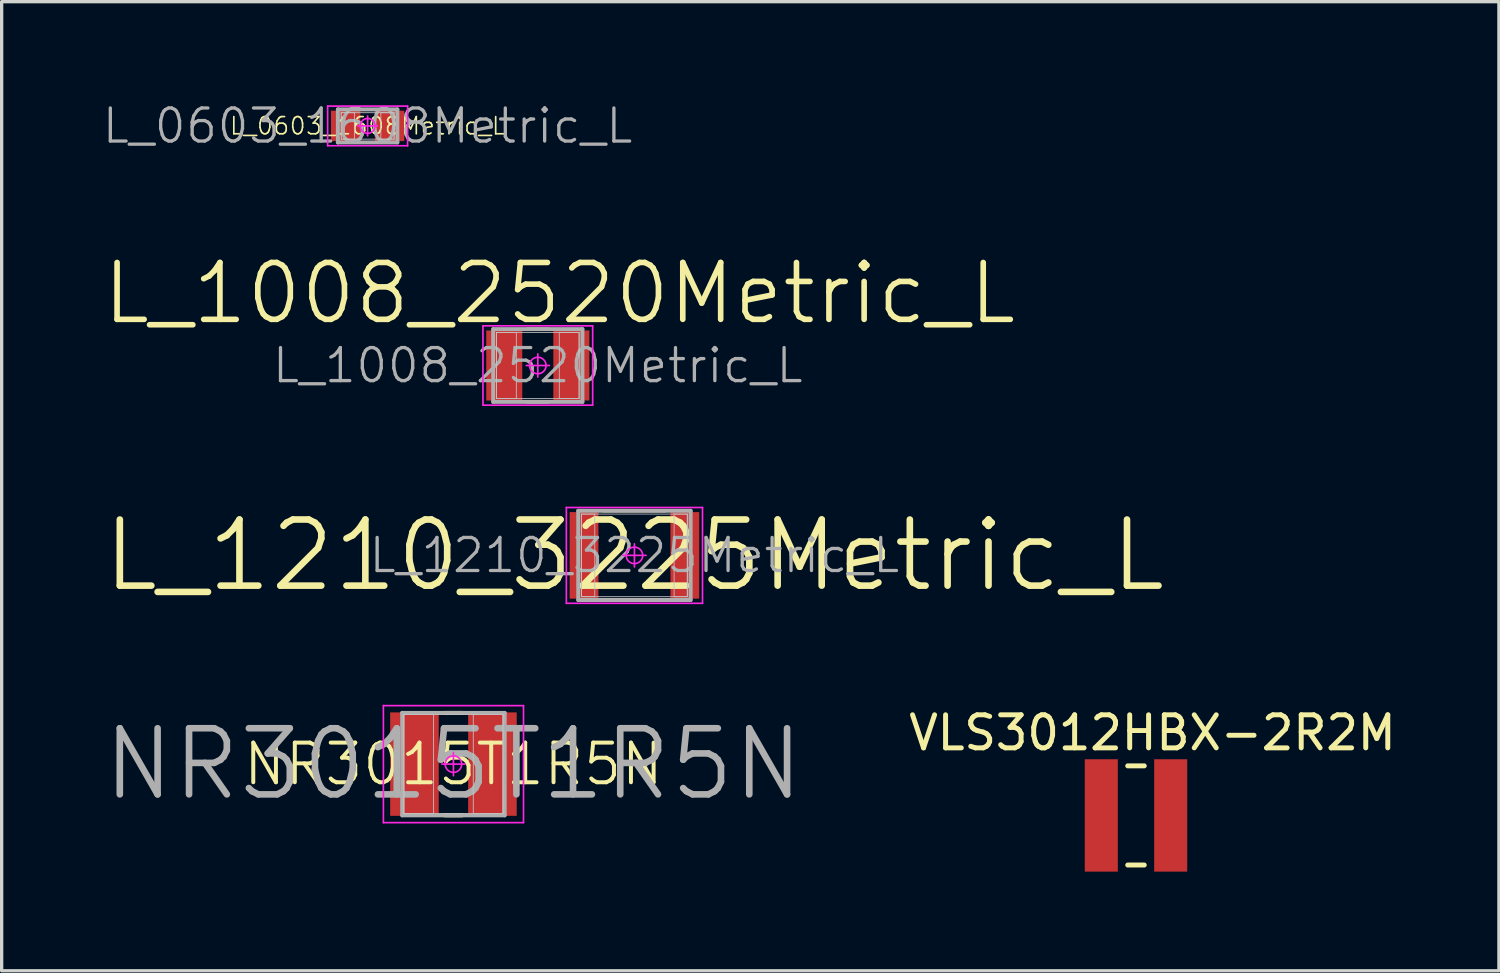
<source format=kicad_pcb>
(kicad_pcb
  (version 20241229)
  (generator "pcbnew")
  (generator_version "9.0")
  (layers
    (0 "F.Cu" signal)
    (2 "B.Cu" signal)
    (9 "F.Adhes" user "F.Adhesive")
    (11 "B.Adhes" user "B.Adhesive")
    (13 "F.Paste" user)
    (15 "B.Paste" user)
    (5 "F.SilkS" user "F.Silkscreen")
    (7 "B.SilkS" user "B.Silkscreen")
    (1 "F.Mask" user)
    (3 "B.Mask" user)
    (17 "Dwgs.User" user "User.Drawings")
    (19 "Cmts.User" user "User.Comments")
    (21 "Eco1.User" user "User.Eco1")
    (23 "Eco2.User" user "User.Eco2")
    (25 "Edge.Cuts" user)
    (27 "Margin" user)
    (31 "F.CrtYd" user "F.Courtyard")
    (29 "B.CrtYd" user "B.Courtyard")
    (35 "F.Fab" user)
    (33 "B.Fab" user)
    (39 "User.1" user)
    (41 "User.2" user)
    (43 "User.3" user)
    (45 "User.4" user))
  (footprint "L_0603_1608Metric_L"
    (layer "F.Cu")
    (at 8.074 0.76)
    (property "Reference" "L_0603_1608Metric_L" (at 0 0 0) (layer "F.Fab") (effects (font (size 1 1) (thickness 0.1))))
    (attr smd)
    (fp_line (start -0.8 -0.4) (end -0.4 -0.4) (stroke (width 0.025) (type solid)) (layer "Dwgs.User"))
    (fp_line (start -0.8 -0.4) (end 0.8 -0.4) (stroke (width 0.025) (type solid)) (layer "Dwgs.User"))
    (fp_line (start -0.8 0.4) (end -0.8 -0.4) (stroke (width 0.025) (type solid)) (layer "Dwgs.User"))
    (fp_line (start -0.8 0.4) (end -0.8 -0.4) (stroke (width 0.025) (type solid)) (layer "Dwgs.User"))
    (fp_line (start -0.4 -0.4) (end -0.4 0.4) (stroke (width 0.025) (type solid)) (layer "Dwgs.User"))
    (fp_line (start -0.4 0.4) (end -0.8 0.4) (stroke (width 0.025) (type solid)) (layer "Dwgs.User"))
    (fp_line (start 0.4 -0.4) (end 0.8 -0.4) (stroke (width 0.025) (type solid)) (layer "Dwgs.User"))
    (fp_line (start 0.4 0.4) (end 0.4 -0.4) (stroke (width 0.025) (type solid)) (layer "Dwgs.User"))
    (fp_line (start 0.8 -0.4) (end 0.8 0.4) (stroke (width 0.025) (type solid)) (layer "Dwgs.User"))
    (fp_line (start 0.8 -0.4) (end 0.8 0.4) (stroke (width 0.025) (type solid)) (layer "Dwgs.User"))
    (fp_line (start 0.8 0.4) (end -0.8 0.4) (stroke (width 0.025) (type solid)) (layer "Dwgs.User"))
    (fp_line (start 0.8 0.4) (end 0.4 0.4) (stroke (width 0.025) (type solid)) (layer "Dwgs.User"))
    (fp_line (start -1.21 -0.6) (end 1.21 -0.6) (stroke (width 0.05) (type solid)) (layer "F.CrtYd"))
    (fp_line (start -1.21 0.6) (end -1.21 -0.6) (stroke (width 0.05) (type solid)) (layer "F.CrtYd"))
    (fp_line (start 0 -0.3) (end 0 0.3) (stroke (width 0.05) (type solid)) (layer "F.CrtYd"))
    (fp_line (start 0.3 0) (end -0.3 0) (stroke (width 0.05) (type solid)) (layer "F.CrtYd"))
    (fp_line (start 1.21 -0.6) (end 1.21 0.6) (stroke (width 0.05) (type solid)) (layer "F.CrtYd"))
    (fp_line (start 1.21 0.6) (end -1.21 0.6) (stroke (width 0.05) (type solid)) (layer "F.CrtYd"))
    (fp_circle (center 0 0) (end 0 0.225) (stroke (width 0.05) (type solid)) (fill no) (layer "F.CrtYd"))
    (fp_line (start -0.9 -0.5) (end 0.9 -0.5) (stroke (width 0.12) (type solid)) (layer "F.Fab"))
    (fp_line (start -0.9 0.5) (end -0.9 -0.5) (stroke (width 0.12) (type solid)) (layer "F.Fab"))
    (fp_line (start 0.9 -0.5) (end 0.9 0.5) (stroke (width 0.12) (type solid)) (layer "F.Fab"))
    (fp_line (start 0.9 0.5) (end -0.9 0.5) (stroke (width 0.12) (type solid)) (layer "F.Fab"))
    (fp_text user "${REFERENCE}" (at 0 0 0) (layer "F.SilkS") (effects (font (size 0.52 0.52) (thickness 0.05))))
    (pad "1" smd rect (at -0.665 0) (size 0.89 0.92) (layers "F.Cu" "F.Mask" "F.Paste"))
    (pad "2" smd rect (at 0.665 0) (size 0.89 0.92) (layers "F.Cu" "F.Mask" "F.Paste")))
  (footprint "L_1008_2520Metric_L"
    (layer "F.Cu")
    (at 13.224 8.01)
    (property "Reference" "L_1008_2520Metric_L" (at 0 0 0) (layer "F.Fab") (effects (font (size 1 1) (thickness 0.1))))
    (attr smd)
    (fp_line (start -0.32 -1.1) (end 0.32 -1.1) (stroke (width 0.1) (type solid)) (layer "F.SilkS"))
    (fp_line (start -0.32 1.1) (end 0.32 1.1) (stroke (width 0.1) (type solid)) (layer "F.SilkS"))
    (fp_line (start -1.25 -1) (end -0.65 -1) (stroke (width 0.025) (type solid)) (layer "Dwgs.User"))
    (fp_line (start -1.25 -1) (end 1.25 -1) (stroke (width 0.025) (type solid)) (layer "Dwgs.User"))
    (fp_line (start -1.25 1) (end -1.25 -1) (stroke (width 0.025) (type solid)) (layer "Dwgs.User"))
    (fp_line (start -1.25 1) (end -1.25 -1) (stroke (width 0.025) (type solid)) (layer "Dwgs.User"))
    (fp_line (start -0.65 -1) (end -0.65 1) (stroke (width 0.025) (type solid)) (layer "Dwgs.User"))
    (fp_line (start -0.65 1) (end -1.25 1) (stroke (width 0.025) (type solid)) (layer "Dwgs.User"))
    (fp_line (start 0.65 -1) (end 1.25 -1) (stroke (width 0.025) (type solid)) (layer "Dwgs.User"))
    (fp_line (start 0.65 1) (end 0.65 -1) (stroke (width 0.025) (type solid)) (layer "Dwgs.User"))
    (fp_line (start 1.25 -1) (end 1.25 1) (stroke (width 0.025) (type solid)) (layer "Dwgs.User"))
    (fp_line (start 1.25 -1) (end 1.25 1) (stroke (width 0.025) (type solid)) (layer "Dwgs.User"))
    (fp_line (start 1.25 1) (end -1.25 1) (stroke (width 0.025) (type solid)) (layer "Dwgs.User"))
    (fp_line (start 1.25 1) (end 0.65 1) (stroke (width 0.025) (type solid)) (layer "Dwgs.User"))
    (fp_line (start -1.66 -1.2) (end 1.66 -1.2) (stroke (width 0.05) (type solid)) (layer "F.CrtYd"))
    (fp_line (start -1.66 1.2) (end -1.66 -1.2) (stroke (width 0.05) (type solid)) (layer "F.CrtYd"))
    (fp_line (start 0 -0.35) (end 0 0.35) (stroke (width 0.05) (type solid)) (layer "F.CrtYd"))
    (fp_line (start 0.35 0) (end -0.35 0) (stroke (width 0.05) (type solid)) (layer "F.CrtYd"))
    (fp_line (start 1.66 -1.2) (end 1.66 1.2) (stroke (width 0.05) (type solid)) (layer "F.CrtYd"))
    (fp_line (start 1.66 1.2) (end -1.66 1.2) (stroke (width 0.05) (type solid)) (layer "F.CrtYd"))
    (fp_circle (center 0 0) (end 0 0.25) (stroke (width 0.05) (type solid)) (fill no) (layer "F.CrtYd"))
    (fp_line (start -1.35 -1.1) (end 1.35 -1.1) (stroke (width 0.12) (type solid)) (layer "F.Fab"))
    (fp_line (start -1.35 1.1) (end -1.35 -1.1) (stroke (width 0.12) (type solid)) (layer "F.Fab"))
    (fp_line (start 1.35 -1.1) (end 1.35 1.1) (stroke (width 0.12) (type solid)) (layer "F.Fab"))
    (fp_line (start 1.35 1.1) (end -1.35 1.1) (stroke (width 0.12) (type solid)) (layer "F.Fab"))
    (fp_text user "${REFERENCE}" (at 0.66 -2.184 0) (layer "F.SilkS") (effects (font (size 1.72 1.72) (thickness 0.17))))
    (pad "1" smd rect (at -1.015 0) (size 1.09 2.12) (layers "F.Cu" "F.Mask" "F.Paste"))
    (pad "2" smd rect (at 1.015 0) (size 1.09 2.12) (layers "F.Cu" "F.Mask" "F.Paste")))
  (footprint "L_1210_3225Metric_L"
    (layer "F.Cu")
    (at 16.148 13.756)
    (property "Reference" "L_1210_3225Metric_L" (at 0 0 0) (layer "F.Fab") (effects (font (size 1 1) (thickness 0.1))))
    (attr smd)
    (fp_line (start -0.94 -1.35) (end 0.94 -1.35) (stroke (width 0.1) (type solid)) (layer "F.SilkS"))
    (fp_line (start -0.94 1.35) (end 0.94 1.35) (stroke (width 0.1) (type solid)) (layer "F.SilkS"))
    (fp_line (start -1.6 -1.25) (end -1.2 -1.25) (stroke (width 0.025) (type solid)) (layer "Dwgs.User"))
    (fp_line (start -1.6 -1.25) (end 1.6 -1.25) (stroke (width 0.025) (type solid)) (layer "Dwgs.User"))
    (fp_line (start -1.6 1.25) (end -1.6 -1.25) (stroke (width 0.025) (type solid)) (layer "Dwgs.User"))
    (fp_line (start -1.6 1.25) (end -1.6 -1.25) (stroke (width 0.025) (type solid)) (layer "Dwgs.User"))
    (fp_line (start -1.2 -1.25) (end -1.2 1.25) (stroke (width 0.025) (type solid)) (layer "Dwgs.User"))
    (fp_line (start -1.2 1.25) (end -1.6 1.25) (stroke (width 0.025) (type solid)) (layer "Dwgs.User"))
    (fp_line (start 1.2 -1.25) (end 1.6 -1.25) (stroke (width 0.025) (type solid)) (layer "Dwgs.User"))
    (fp_line (start 1.2 1.25) (end 1.2 -1.25) (stroke (width 0.025) (type solid)) (layer "Dwgs.User"))
    (fp_line (start 1.6 -1.25) (end 1.6 1.25) (stroke (width 0.025) (type solid)) (layer "Dwgs.User"))
    (fp_line (start 1.6 -1.25) (end 1.6 1.25) (stroke (width 0.025) (type solid)) (layer "Dwgs.User"))
    (fp_line (start 1.6 1.25) (end -1.6 1.25) (stroke (width 0.025) (type solid)) (layer "Dwgs.User"))
    (fp_line (start 1.6 1.25) (end 1.2 1.25) (stroke (width 0.025) (type solid)) (layer "Dwgs.User"))
    (fp_line (start -2.06 -1.45) (end 2.06 -1.45) (stroke (width 0.05) (type solid)) (layer "F.CrtYd"))
    (fp_line (start -2.06 1.45) (end -2.06 -1.45) (stroke (width 0.05) (type solid)) (layer "F.CrtYd"))
    (fp_line (start 0 -0.35) (end 0 0.35) (stroke (width 0.05) (type solid)) (layer "F.CrtYd"))
    (fp_line (start 0.35 0) (end -0.35 0) (stroke (width 0.05) (type solid)) (layer "F.CrtYd"))
    (fp_line (start 2.06 -1.45) (end 2.06 1.45) (stroke (width 0.05) (type solid)) (layer "F.CrtYd"))
    (fp_line (start 2.06 1.45) (end -2.06 1.45) (stroke (width 0.05) (type solid)) (layer "F.CrtYd"))
    (fp_circle (center 0 0) (end 0 0.25) (stroke (width 0.05) (type solid)) (fill no) (layer "F.CrtYd"))
    (fp_line (start -1.7 -1.35) (end 1.7 -1.35) (stroke (width 0.12) (type solid)) (layer "F.Fab"))
    (fp_line (start -1.7 1.35) (end -1.7 -1.35) (stroke (width 0.12) (type solid)) (layer "F.Fab"))
    (fp_line (start 1.7 -1.35) (end 1.7 1.35) (stroke (width 0.12) (type solid)) (layer "F.Fab"))
    (fp_line (start 1.7 1.35) (end -1.7 1.35) (stroke (width 0.12) (type solid)) (layer "F.Fab"))
    (fp_text user "${REFERENCE}" (at 0 0 0) (layer "F.SilkS") (effects (font (size 2 2) (thickness 0.2))))
    (pad "1" smd rect (at -1.525 0) (size 0.87 2.62) (layers "F.Cu" "F.Mask" "F.Paste"))
    (pad "2" smd rect (at 1.525 0) (size 0.87 2.62) (layers "F.Cu" "F.Mask" "F.Paste")))
  (footprint "NR3015T1R5N"
    (layer "F.Cu")
    (at 10.671 20.072)
    (property "Reference" "NR3015T1R5N" (at 0 0 0) (layer "F.SilkS") (effects (font (size 1.2 1.2) (thickness 0.12))))
    (attr smd)
    (fp_line (start -0.265 -1.55) (end 0.265 -1.55) (stroke (width 0.12) (type solid)) (layer "F.SilkS"))
    (fp_line (start -0.265 1.55) (end 0.265 1.55) (stroke (width 0.12) (type solid)) (layer "F.SilkS"))
    (fp_line (start -1.5 -1.5) (end -0.6 -1.5) (stroke (width 0.025) (type solid)) (layer "Dwgs.User"))
    (fp_line (start -1.5 -1.5) (end 1.5 -1.5) (stroke (width 0.025) (type solid)) (layer "Dwgs.User"))
    (fp_line (start -1.5 1.5) (end -1.5 -1.5) (stroke (width 0.025) (type solid)) (layer "Dwgs.User"))
    (fp_line (start -1.5 1.5) (end -1.5 -1.5) (stroke (width 0.025) (type solid)) (layer "Dwgs.User"))
    (fp_line (start -0.6 -1.5) (end -0.6 1.5) (stroke (width 0.025) (type solid)) (layer "Dwgs.User"))
    (fp_line (start -0.6 1.5) (end -1.5 1.5) (stroke (width 0.025) (type solid)) (layer "Dwgs.User"))
    (fp_line (start 0.6 -1.5) (end 1.5 -1.5) (stroke (width 0.025) (type solid)) (layer "Dwgs.User"))
    (fp_line (start 0.6 1.5) (end 0.6 -1.5) (stroke (width 0.025) (type solid)) (layer "Dwgs.User"))
    (fp_line (start 1.5 -1.5) (end 1.5 1.5) (stroke (width 0.025) (type solid)) (layer "Dwgs.User"))
    (fp_line (start 1.5 -1.5) (end 1.5 1.5) (stroke (width 0.025) (type solid)) (layer "Dwgs.User"))
    (fp_line (start 1.5 1.5) (end -1.5 1.5) (stroke (width 0.025) (type solid)) (layer "Dwgs.User"))
    (fp_line (start 1.5 1.5) (end 0.6 1.5) (stroke (width 0.025) (type solid)) (layer "Dwgs.User"))
    (fp_line (start -2.12 -1.77) (end 2.12 -1.77) (stroke (width 0.05) (type solid)) (layer "F.CrtYd"))
    (fp_line (start -2.12 1.77) (end -2.12 -1.77) (stroke (width 0.05) (type solid)) (layer "F.CrtYd"))
    (fp_line (start 0 -0.35) (end 0 0.35) (stroke (width 0.05) (type solid)) (layer "F.CrtYd"))
    (fp_line (start 0.35 0) (end -0.35 0) (stroke (width 0.05) (type solid)) (layer "F.CrtYd"))
    (fp_line (start 2.12 -1.77) (end 2.12 1.77) (stroke (width 0.05) (type solid)) (layer "F.CrtYd"))
    (fp_line (start 2.12 1.77) (end -2.12 1.77) (stroke (width 0.05) (type solid)) (layer "F.CrtYd"))
    (fp_circle (center 0 0) (end 0 0.25) (stroke (width 0.05) (type solid)) (fill no) (layer "F.CrtYd"))
    (fp_line (start -1.55 -1.55) (end 1.55 -1.55) (stroke (width 0.12) (type solid)) (layer "F.Fab"))
    (fp_line (start -1.55 1.55) (end -1.55 -1.55) (stroke (width 0.12) (type solid)) (layer "F.Fab"))
    (fp_line (start 1.55 -1.55) (end 1.55 1.55) (stroke (width 0.12) (type solid)) (layer "F.Fab"))
    (fp_line (start 1.55 1.55) (end -1.55 1.55) (stroke (width 0.12) (type solid)) (layer "F.Fab"))
    (fp_text user "${REFERENCE}" (at 0 0 0) (layer "F.Fab") (effects (font (size 2 2) (thickness 0.2))))
    (pad "1" smd rect (at -1.18 0) (size 1.47 3.13) (layers "F.Cu" "F.Mask" "F.Paste"))
    (pad "2" smd rect (at 1.18 0) (size 1.47 3.13) (layers "F.Cu" "F.Mask" "F.Paste")))
  (footprint "VLS3012HBX-2R2M"
    (layer "F.Cu")
    (at 31.325 21.625)
    (property "Reference" "VLS3012HBX-2R2M" (at 0.5 -2.5 0) (layer "F.SilkS") (effects (font (size 1 1) (thickness 0.15))))
    (attr through_hole)
    (fp_line (start -0.25 -1.5) (end 0.25 -1.5) (stroke (width 0.15) (type solid)) (layer "F.SilkS"))
    (fp_line (start 0.25 1.5) (end -0.25 1.5) (stroke (width 0.15) (type solid)) (layer "F.SilkS"))
    (pad "1" smd rect (at -1.05 0) (size 1 3.4) (layers "F.Cu" "F.Mask" "F.Paste"))
    (pad "2" smd rect (at 1.05 0) (size 1 3.4) (layers "F.Cu" "F.Mask" "F.Paste")))
  (gr_rect
    (start -3 -3)
    (end 42.307 26.325)
    (stroke (width 0.1) (type default))
    (fill no)
    (layer "Edge.Cuts")))
</source>
